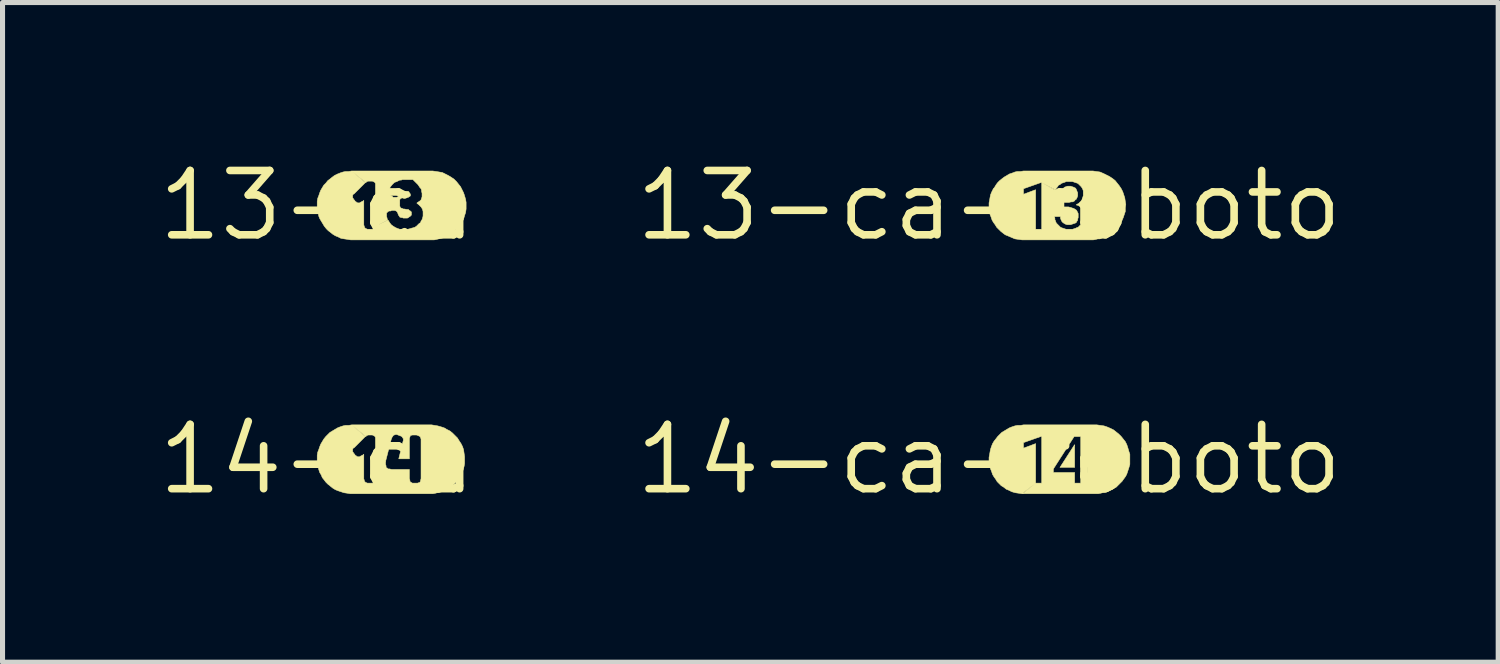
<source format=kicad_pcb>
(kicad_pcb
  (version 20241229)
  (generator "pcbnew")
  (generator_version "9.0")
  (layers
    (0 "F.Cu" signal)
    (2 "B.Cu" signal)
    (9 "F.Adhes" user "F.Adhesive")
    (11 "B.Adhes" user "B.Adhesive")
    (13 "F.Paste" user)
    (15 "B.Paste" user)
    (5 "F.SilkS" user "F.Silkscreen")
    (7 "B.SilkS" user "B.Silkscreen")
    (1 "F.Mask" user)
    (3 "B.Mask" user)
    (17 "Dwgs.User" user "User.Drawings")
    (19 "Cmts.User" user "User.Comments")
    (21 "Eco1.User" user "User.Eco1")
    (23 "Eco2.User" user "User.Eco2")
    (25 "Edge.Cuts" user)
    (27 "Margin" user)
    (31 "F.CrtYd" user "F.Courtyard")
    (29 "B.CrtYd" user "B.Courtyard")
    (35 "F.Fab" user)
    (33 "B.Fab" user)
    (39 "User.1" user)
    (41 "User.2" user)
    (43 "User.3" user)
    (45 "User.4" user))
  (footprint "13-ca"
    (layer "F.Cu")
    (at 3.213 1.006)
    (property "Reference" "13-ca" (at 0 0 0) (layer "F.SilkS") (effects (font (size 1.27 1.27) (thickness 0.15))))
    (attr board_only exclude_from_pos_files exclude_from_bom)
    (fp_poly (pts (xy 0.68 -0.68) (xy 0.62 -0.67) (xy 0.56 -0.67) (xy 0.51 -0.66) (xy 0.45 -0.64) (xy 0.4 -0.62) (xy 0.34 -0.59) (xy 0.3 -0.56) (xy 0.25 -0.52) (xy 0.21 -0.49) (xy 0.17 -0.44) (xy 0.13 -0.4) (xy 0.1 -0.35) (xy 0.07 -0.3) (xy 0.05 -0.25) (xy 0.03 -0.19) (xy 0.01 -0.14) (xy 0 -0.08) (xy 0 -0.02) (xy 0 0.04) (xy 0.01 0.09) (xy 0.02 0.15) (xy 0.03 0.21) (xy 0.05 0.26) (xy 0.08 0.31) (xy 0.11 0.36) (xy 0.14 0.41) (xy 0.18 0.46) (xy 0.22 0.5) (xy 0.26 0.53) (xy 0.31 0.57) (xy 0.36 0.6) (xy 0.41 0.62) (xy 0.47 0.65) (xy 0.53 0.66) (xy 0.6 0.67) (xy 0.66 0.68) (xy 2.27 0.68) (xy 2.31 0.68) (xy 2.36 0.67) (xy 2.4 0.66) (xy 2.44 0.65) (xy 2.49 0.64) (xy 2.53 0.62) (xy 2.56 0.61) (xy 2.6 0.59) (xy 2.64 0.56) (xy 2.67 0.54) (xy 2.71 0.51) (xy 2.74 0.48) (xy 2.77 0.45) (xy 2.8 0.42) (xy 2.82 0.38) (xy 2.85 0.34) (xy 2.87 0.31) (xy 2.89 0.27) (xy 2.91 0.2) (xy 2.93 0.14) (xy 2.94 0.07) (xy 2.94 0.01) (xy 2.94 -0.06) (xy 2.93 -0.12) (xy 2.91 -0.19) (xy 2.89 -0.25) (xy 2.86 -0.31) (xy 2.83 -0.37) (xy 2.79 -0.42) (xy 2.75 -0.47) (xy 2.7 -0.52) (xy 2.64 -0.56) (xy 2.59 -0.59) (xy 2.53 -0.62) (xy 2.47 -0.65) (xy 2.41 -0.66) (xy 2.35 -0.67) (xy 2.28 -0.68) (xy 0.68 -0.68) (xy 0.96 -0.45) (xy 0.98 -0.47) (xy 1.01 -0.48) (xy 1.03 -0.48) (xy 1.06 -0.48) (xy 1.09 -0.48) (xy 1.13 -0.46) (xy 1.14 -0.45) (xy 1.15 -0.43) (xy 1.15 0.41) (xy 1.39 0.29) (xy 1.38 0.26) (xy 1.38 0.25) (xy 1.37 0.22) (xy 1.37 0.19) (xy 1.37 0.17) (xy 1.37 0.15) (xy 1.38 0.14) (xy 1.39 0.13) (xy 1.4 0.12) (xy 1.42 0.11) (xy 1.45 0.11) (xy 1.47 0.1) (xy 1.51 0.1) (xy 1.53 0.1) (xy 1.56 0.11) (xy 1.57 0.12) (xy 1.58 0.13) (xy 1.59 0.15) (xy 1.6 0.18) (xy 1.61 0.2) (xy 1.62 0.21) (xy 1.63 0.23) (xy 1.66 0.24) (xy 1.68 0.24) (xy 1.7 0.25) (xy 1.73 0.25) (xy 1.75 0.25) (xy 1.78 0.25) (xy 1.8 0.24) (xy 1.81 0.23) (xy 1.83 0.22) (xy 1.84 0.21) (xy 1.85 0.2) (xy 1.86 0.19) (xy 1.86 0.17) (xy 1.86 0.16) (xy 1.86 0.14) (xy 1.86 0.13) (xy 1.85 0.12) (xy 1.84 0.11) (xy 1.82 0.1) (xy 1.81 0.09) (xy 1.8 0.08) (xy 1.77 0.08) (xy 1.72 0.07) (xy 1.7 0.07) (xy 1.68 0.06) (xy 1.65 0.05) (xy 1.64 0.04) (xy 1.63 0.01) (xy 1.63 -0.01) (xy 1.63 -0.05) (xy 1.63 -0.08) (xy 1.63 -0.11) (xy 1.64 -0.13) (xy 1.66 -0.14) (xy 1.67 -0.15) (xy 1.69 -0.15) (xy 1.71 -0.15) (xy 1.77 -0.16) (xy 1.8 -0.16) (xy 1.81 -0.17) (xy 1.83 -0.18) (xy 1.84 -0.19) (xy 1.84 -0.2) (xy 1.84 -0.22) (xy 1.83 -0.24) (xy 1.82 -0.25) (xy 1.81 -0.27) (xy 1.79 -0.28) (xy 1.77 -0.28) (xy 1.75 -0.28) (xy 1.73 -0.28) (xy 1.71 -0.28) (xy 1.68 -0.27) (xy 1.65 -0.25) (xy 1.63 -0.22) (xy 1.62 -0.2) (xy 1.61 -0.19) (xy 1.59 -0.17) (xy 1.57 -0.16) (xy 1.56 -0.16) (xy 1.54 -0.16) (xy 1.53 -0.16) (xy 1.5 -0.16) (xy 1.48 -0.18) (xy 1.45 -0.2) (xy 1.43 -0.22) (xy 1.42 -0.24) (xy 1.41 -0.26) (xy 1.41 -0.28) (xy 1.42 -0.3) (xy 1.44 -0.36) (xy 1.48 -0.41) (xy 1.5 -0.43) (xy 1.52 -0.45) (xy 1.54 -0.46) (xy 1.57 -0.47) (xy 1.63 -0.5) (xy 1.66 -0.5) (xy 1.68 -0.51) (xy 1.72 -0.51) (xy 1.89 -0.51) (xy 1.99 -0.41) (xy 2.01 -0.38) (xy 2.03 -0.35) (xy 2.05 -0.33) (xy 2.06 -0.3) (xy 2.06 -0.28) (xy 2.07 -0.24) (xy 2.07 -0.2) (xy 2.07 -0.17) (xy 2.06 -0.14) (xy 2.05 -0.11) (xy 2.03 -0.09) (xy 2 -0.07) (xy 1.97 -0.05) (xy 1.97 -0.04) (xy 2 -0.02) (xy 2.05 0.03) (xy 2.07 0.06) (xy 2.08 0.08) (xy 2.09 0.12) (xy 2.09 0.16) (xy 2.09 0.21) (xy 2.08 0.25) (xy 2.07 0.28) (xy 2.05 0.31) (xy 2.04 0.34) (xy 2.01 0.36) (xy 1.99 0.38) (xy 1.96 0.41) (xy 1.93 0.43) (xy 1.9 0.44) (xy 1.86 0.45) (xy 1.83 0.46) (xy 1.79 0.47) (xy 1.75 0.47) (xy 1.71 0.47) (xy 1.67 0.47) (xy 1.63 0.47) (xy 1.6 0.46) (xy 1.55 0.44) (xy 1.5 0.41) (xy 1.46 0.38) (xy 1.43 0.34) (xy 1.4 0.29) (xy 1.15 0.41) (xy 1.14 0.43) (xy 1.13 0.45) (xy 1.11 0.47) (xy 1.08 0.47) (xy 1.05 0.47) (xy 1.01 0.47) (xy 0.99 0.47) (xy 0.97 0.46) (xy 0.96 0.46) (xy 0.95 0.45) (xy 0.93 0.43) (xy 0.93 0.41) (xy 0.92 0.39) (xy 0.92 0.36) (xy 0.92 -0.1) (xy 0.91 -0.09) (xy 0.89 -0.08) (xy 0.87 -0.07) (xy 0.85 -0.06) (xy 0.84 -0.05) (xy 0.82 -0.05) (xy 0.81 -0.05) (xy 0.8 -0.05) (xy 0.78 -0.06) (xy 0.77 -0.07) (xy 0.75 -0.08) (xy 0.74 -0.1) (xy 0.72 -0.12) (xy 0.71 -0.14) (xy 0.7 -0.15) (xy 0.7 -0.17) (xy 0.7 -0.18) (xy 0.7 -0.2) (xy 0.71 -0.22) (xy 0.73 -0.23) (xy 0.95 -0.45) (xy 0.68 -0.68)) (stroke (width 0.01) (type solid)) (fill yes) (layer "F.SilkS")))
  (footprint "14-ca-roboto"
    (layer "F.Cu")
    (at 16.478 6.019)
    (property "Reference" "14-ca-roboto" (at 0 0 0) (layer "F.SilkS") (effects (font (size 1.27 1.27) (thickness 0.15))))
    (attr board_only exclude_from_pos_files exclude_from_bom)
    (fp_poly (pts (xy 1.4 0.16) (xy 1.69 0.16) (xy 1.69 -0.29) (xy 1.67 -0.26) (xy 1.4 0.16)) (stroke (width 0.01) (type solid)) (fill yes) (layer "F.SilkS"))
    (fp_poly (pts (xy 0.68 -0.68) (xy 0.62 -0.67) (xy 0.56 -0.67) (xy 0.51 -0.66) (xy 0.45 -0.64) (xy 0.4 -0.62) (xy 0.35 -0.59) (xy 0.3 -0.56) (xy 0.25 -0.53) (xy 0.21 -0.49) (xy 0.17 -0.45) (xy 0.14 -0.41) (xy 0.1 -0.36) (xy 0.07 -0.31) (xy 0.05 -0.26) (xy 0.03 -0.2) (xy 0.02 -0.15) (xy 0.01 -0.09) (xy 0 -0.04) (xy 0 0.02) (xy 0 0.08) (xy 0.01 0.13) (xy 0.03 0.19) (xy 0.05 0.24) (xy 0.07 0.3) (xy 0.1 0.35) (xy 0.13 0.39) (xy 0.16 0.44) (xy 0.2 0.48) (xy 0.24 0.52) (xy 0.29 0.55) (xy 0.34 0.59) (xy 0.39 0.61) (xy 0.45 0.64) (xy 0.52 0.66) (xy 0.59 0.67) (xy 0.65 0.68) (xy 0.92 0.47) (xy 0.92 -0.31) (xy 0.68 -0.22) (xy 0.68 -0.33) (xy 1.02 -0.45) (xy 1.04 -0.45) (xy 1.04 0.47) (xy 1.27 0.26) (xy 1.27 0.19) (xy 1.68 -0.45) (xy 1.81 -0.45) (xy 1.81 0.16) (xy 1.94 0.16) (xy 1.94 0.26) (xy 1.81 0.26) (xy 1.81 0.47) (xy 1.69 0.47) (xy 1.69 0.26) (xy 1.27 0.26) (xy 1.04 0.47) (xy 0.92 0.47) (xy 0.66 0.68) (xy 2.11 0.68) (xy 2.15 0.68) (xy 2.2 0.67) (xy 2.24 0.66) (xy 2.28 0.65) (xy 2.32 0.64) (xy 2.36 0.63) (xy 2.4 0.61) (xy 2.44 0.59) (xy 2.47 0.57) (xy 2.51 0.55) (xy 2.54 0.52) (xy 2.57 0.49) (xy 2.6 0.46) (xy 2.63 0.43) (xy 2.65 0.4) (xy 2.68 0.36) (xy 2.7 0.33) (xy 2.72 0.29) (xy 2.74 0.23) (xy 2.76 0.17) (xy 2.78 0.1) (xy 2.78 0.03) (xy 2.78 -0.03) (xy 2.78 -0.1) (xy 2.76 -0.16) (xy 2.74 -0.23) (xy 2.72 -0.29) (xy 2.69 -0.35) (xy 2.65 -0.4) (xy 2.61 -0.45) (xy 2.56 -0.5) (xy 2.51 -0.54) (xy 2.46 -0.58) (xy 2.4 -0.61) (xy 2.33 -0.64) (xy 2.27 -0.66) (xy 2.2 -0.67) (xy 2.13 -0.68) (xy 0.68 -0.68)) (stroke (width 0.01) (type solid)) (fill yes) (layer "F.SilkS")))
  (footprint "13-ca-roboto"
    (layer "F.Cu")
    (at 16.478 1.006)
    (property "Reference" "13-ca-roboto" (at 0 0 0) (layer "F.SilkS") (effects (font (size 1.27 1.27) (thickness 0.15))))
    (attr board_only exclude_from_pos_files exclude_from_bom)
    (fp_poly (pts (xy 0.68 -0.68) (xy 0.62 -0.67) (xy 0.56 -0.67) (xy 0.51 -0.66) (xy 0.46 -0.64) (xy 0.4 -0.62) (xy 0.35 -0.59) (xy 0.3 -0.56) (xy 0.26 -0.53) (xy 0.21 -0.49) (xy 0.17 -0.45) (xy 0.14 -0.41) (xy 0.11 -0.36) (xy 0.08 -0.32) (xy 0.05 -0.26) (xy 0.03 -0.21) (xy 0.02 -0.16) (xy 0.01 -0.1) (xy 0 -0.05) (xy 0 0.01) (xy 0 0.07) (xy 0.01 0.12) (xy 0.02 0.18) (xy 0.04 0.23) (xy 0.06 0.29) (xy 0.09 0.34) (xy 0.12 0.38) (xy 0.15 0.43) (xy 0.19 0.47) (xy 0.23 0.51) (xy 0.28 0.55) (xy 0.32 0.58) (xy 0.37 0.6) (xy 0.44 0.63) (xy 0.51 0.66) (xy 0.58 0.67) (xy 0.65 0.68) (xy 0.92 0.47) (xy 0.92 -0.31) (xy 0.68 -0.22) (xy 0.68 -0.33) (xy 1.02 -0.45) (xy 1.04 -0.45) (xy 1.31 -0.31) (xy 1.33 -0.34) (xy 1.36 -0.38) (xy 1.37 -0.4) (xy 1.4 -0.41) (xy 1.42 -0.43) (xy 1.44 -0.44) (xy 1.47 -0.45) (xy 1.5 -0.46) (xy 1.52 -0.47) (xy 1.55 -0.47) (xy 1.59 -0.47) (xy 1.62 -0.47) (xy 1.65 -0.47) (xy 1.68 -0.46) (xy 1.71 -0.45) (xy 1.74 -0.44) (xy 1.76 -0.43) (xy 1.78 -0.41) (xy 1.8 -0.39) (xy 1.82 -0.37) (xy 1.84 -0.34) (xy 1.85 -0.32) (xy 1.86 -0.29) (xy 1.86 -0.25) (xy 1.86 -0.21) (xy 1.86 -0.19) (xy 1.85 -0.16) (xy 1.84 -0.13) (xy 1.83 -0.1) (xy 1.81 -0.08) (xy 1.79 -0.06) (xy 1.77 -0.04) (xy 1.75 -0.03) (xy 1.72 -0.01) (xy 1.76 0) (xy 1.79 0.02) (xy 1.82 0.05) (xy 1.84 0.08) (xy 1.86 0.11) (xy 1.87 0.14) (xy 1.88 0.18) (xy 1.88 0.22) (xy 1.87 0.26) (xy 1.86 0.29) (xy 1.85 0.32) (xy 1.84 0.35) (xy 1.81 0.38) (xy 1.79 0.4) (xy 1.76 0.43) (xy 1.73 0.44) (xy 1.71 0.45) (xy 1.68 0.46) (xy 1.65 0.47) (xy 1.62 0.47) (xy 1.58 0.47) (xy 1.55 0.47) (xy 1.52 0.47) (xy 1.49 0.46) (xy 1.46 0.45) (xy 1.43 0.44) (xy 1.41 0.43) (xy 1.39 0.41) (xy 1.37 0.39) (xy 1.35 0.37) (xy 1.33 0.35) (xy 1.32 0.33) (xy 1.31 0.3) (xy 1.3 0.28) (xy 1.3 0.25) (xy 1.29 0.22) (xy 1.41 0.22) (xy 1.41 0.25) (xy 1.42 0.28) (xy 1.43 0.3) (xy 1.44 0.32) (xy 1.46 0.34) (xy 1.49 0.36) (xy 1.51 0.37) (xy 1.54 0.38) (xy 1.58 0.38) (xy 1.61 0.38) (xy 1.64 0.37) (xy 1.67 0.36) (xy 1.7 0.35) (xy 1.72 0.34) (xy 1.73 0.32) (xy 1.75 0.29) (xy 1.75 0.27) (xy 1.76 0.24) (xy 1.76 0.22) (xy 1.76 0.19) (xy 1.76 0.16) (xy 1.75 0.14) (xy 1.74 0.12) (xy 1.73 0.1) (xy 1.72 0.09) (xy 1.69 0.07) (xy 1.67 0.06) (xy 1.64 0.05) (xy 1.61 0.04) (xy 1.57 0.03) (xy 1.48 0.03) (xy 1.48 -0.06) (xy 1.58 -0.06) (xy 1.62 -0.07) (xy 1.65 -0.07) (xy 1.67 -0.08) (xy 1.69 -0.09) (xy 1.7 -0.11) (xy 1.72 -0.12) (xy 1.73 -0.14) (xy 1.74 -0.16) (xy 1.75 -0.19) (xy 1.75 -0.21) (xy 1.75 -0.25) (xy 1.74 -0.27) (xy 1.73 -0.3) (xy 1.72 -0.32) (xy 1.71 -0.34) (xy 1.69 -0.35) (xy 1.67 -0.36) (xy 1.64 -0.37) (xy 1.61 -0.38) (xy 1.58 -0.38) (xy 1.55 -0.38) (xy 1.52 -0.37) (xy 1.49 -0.36) (xy 1.47 -0.34) (xy 1.45 -0.32) (xy 1.44 -0.3) (xy 1.42 -0.28) (xy 1.42 -0.25) (xy 1.42 -0.22) (xy 1.3 -0.22) (xy 1.3 -0.27) (xy 1.31 -0.3) (xy 1.04 -0.45) (xy 1.04 0.47) (xy 0.92 0.47) (xy 0.65 0.68) (xy 2.02 0.68) (xy 2.06 0.68) (xy 2.11 0.67) (xy 2.15 0.66) (xy 2.19 0.66) (xy 2.23 0.64) (xy 2.27 0.63) (xy 2.3 0.61) (xy 2.34 0.6) (xy 2.38 0.57) (xy 2.41 0.55) (xy 2.44 0.53) (xy 2.47 0.5) (xy 2.5 0.47) (xy 2.53 0.44) (xy 2.56 0.41) (xy 2.58 0.38) (xy 2.6 0.34) (xy 2.62 0.31) (xy 2.65 0.24) (xy 2.67 0.18) (xy 2.69 0.12) (xy 2.69 0.05) (xy 2.7 -0.02) (xy 2.69 -0.08) (xy 2.68 -0.15) (xy 2.66 -0.21) (xy 2.64 -0.27) (xy 2.61 -0.33) (xy 2.57 -0.39) (xy 2.53 -0.44) (xy 2.49 -0.49) (xy 2.44 -0.53) (xy 2.38 -0.57) (xy 2.32 -0.6) (xy 2.26 -0.63) (xy 2.19 -0.66) (xy 2.12 -0.67) (xy 2.05 -0.68) (xy 0.68 -0.68)) (stroke (width 0.01) (type solid)) (fill yes) (layer "F.SilkS")))
  (footprint "14-ca"
    (layer "F.Cu")
    (at 3.213 6.019)
    (property "Reference" "14-ca" (at 0 0 0) (layer "F.SilkS") (effects (font (size 1.27 1.27) (thickness 0.15))))
    (attr board_only exclude_from_pos_files exclude_from_bom)
    (fp_poly (pts (xy 0.68 -0.68) (xy 0.62 -0.67) (xy 0.56 -0.67) (xy 0.51 -0.66) (xy 0.45 -0.64) (xy 0.4 -0.62) (xy 0.35 -0.59) (xy 0.3 -0.56) (xy 0.25 -0.53) (xy 0.21 -0.49) (xy 0.17 -0.45) (xy 0.13 -0.4) (xy 0.1 -0.35) (xy 0.07 -0.3) (xy 0.05 -0.25) (xy 0.03 -0.19) (xy 0.01 -0.14) (xy 0 -0.08) (xy 0 -0.02) (xy 0 0.03) (xy 0.01 0.09) (xy 0.02 0.15) (xy 0.03 0.2) (xy 0.05 0.26) (xy 0.08 0.31) (xy 0.1 0.36) (xy 0.14 0.41) (xy 0.17 0.45) (xy 0.21 0.49) (xy 0.26 0.53) (xy 0.31 0.57) (xy 0.36 0.6) (xy 0.41 0.62) (xy 0.47 0.64) (xy 0.53 0.66) (xy 0.6 0.67) (xy 0.66 0.68) (xy 2.24 0.68) (xy 2.02 0.46) (xy 2.01 0.46) (xy 1.98 0.47) (xy 1.96 0.47) (xy 1.93 0.47) (xy 1.9 0.47) (xy 1.88 0.47) (xy 1.86 0.46) (xy 1.85 0.45) (xy 1.84 0.45) (xy 1.83 0.43) (xy 1.83 0.41) (xy 1.82 0.38) (xy 1.82 0.2) (xy 1.47 0.2) (xy 1.43 0.19) (xy 1.4 0.19) (xy 1.39 0.18) (xy 1.38 0.17) (xy 1.37 0.17) (xy 1.36 0.16) (xy 1.36 0.13) (xy 1.35 0.1) (xy 1.35 0.04) (xy 1.46 -0.39) (xy 1.48 -0.44) (xy 1.49 -0.45) (xy 1.5 -0.47) (xy 1.52 -0.48) (xy 1.55 -0.49) (xy 1.57 -0.49) (xy 1.65 -0.46) (xy 1.67 -0.45) (xy 1.68 -0.44) (xy 1.69 -0.42) (xy 1.7 -0.41) (xy 1.7 -0.39) (xy 1.7 -0.37) (xy 1.69 -0.34) (xy 1.69 -0.33) (xy 1.61 -0.01) (xy 1.82 -0.01) (xy 1.82 -0.41) (xy 1.83 -0.44) (xy 1.84 -0.47) (xy 1.88 -0.48) (xy 1.92 -0.48) (xy 1.96 -0.48) (xy 1.99 -0.47) (xy 2.01 -0.46) (xy 2.03 -0.45) (xy 2.04 -0.43) (xy 2.05 -0.4) (xy 2.05 -0.37) (xy 2.05 0.38) (xy 2.04 0.42) (xy 2.04 0.43) (xy 2.03 0.45) (xy 2.02 0.46) (xy 2.24 0.68) (xy 2.28 0.68) (xy 2.33 0.67) (xy 2.37 0.66) (xy 2.42 0.65) (xy 2.46 0.64) (xy 2.5 0.62) (xy 2.54 0.61) (xy 2.57 0.59) (xy 2.61 0.56) (xy 2.65 0.54) (xy 2.68 0.51) (xy 2.71 0.48) (xy 2.74 0.45) (xy 2.77 0.42) (xy 2.79 0.38) (xy 2.82 0.35) (xy 2.84 0.31) (xy 2.86 0.27) (xy 2.88 0.21) (xy 2.9 0.14) (xy 2.91 0.08) (xy 2.91 0.01) (xy 2.91 -0.05) (xy 2.9 -0.12) (xy 2.89 -0.19) (xy 2.87 -0.25) (xy 2.84 -0.31) (xy 2.8 -0.37) (xy 2.77 -0.42) (xy 2.72 -0.47) (xy 2.67 -0.52) (xy 2.62 -0.56) (xy 2.56 -0.59) (xy 2.51 -0.62) (xy 2.45 -0.64) (xy 2.38 -0.66) (xy 2.32 -0.67) (xy 2.26 -0.68) (xy 0.68 -0.68) (xy 0.96 -0.45) (xy 0.98 -0.47) (xy 1.01 -0.48) (xy 1.03 -0.48) (xy 1.06 -0.48) (xy 1.09 -0.48) (xy 1.13 -0.46) (xy 1.14 -0.45) (xy 1.15 -0.43) (xy 1.15 0.41) (xy 1.14 0.43) (xy 1.13 0.45) (xy 1.11 0.47) (xy 1.08 0.47) (xy 1.05 0.47) (xy 1.01 0.47) (xy 0.99 0.47) (xy 0.97 0.46) (xy 0.96 0.46) (xy 0.95 0.45) (xy 0.93 0.43) (xy 0.93 0.41) (xy 0.92 0.39) (xy 0.92 0.36) (xy 0.92 -0.1) (xy 0.91 -0.09) (xy 0.89 -0.08) (xy 0.87 -0.07) (xy 0.85 -0.06) (xy 0.84 -0.05) (xy 0.82 -0.05) (xy 0.81 -0.05) (xy 0.8 -0.05) (xy 0.78 -0.06) (xy 0.77 -0.07) (xy 0.75 -0.08) (xy 0.74 -0.1) (xy 0.72 -0.12) (xy 0.71 -0.14) (xy 0.7 -0.15) (xy 0.7 -0.17) (xy 0.7 -0.18) (xy 0.7 -0.2) (xy 0.71 -0.22) (xy 0.73 -0.23) (xy 0.95 -0.45) (xy 0.68 -0.68)) (stroke (width 0.01) (type solid)) (fill yes) (layer "F.SilkS")))
  (gr_rect
    (start -3 -3)
    (end 26.531 10.025)
    (stroke (width 0.1) (type default))
    (fill no)
    (layer "Edge.Cuts")))
</source>
